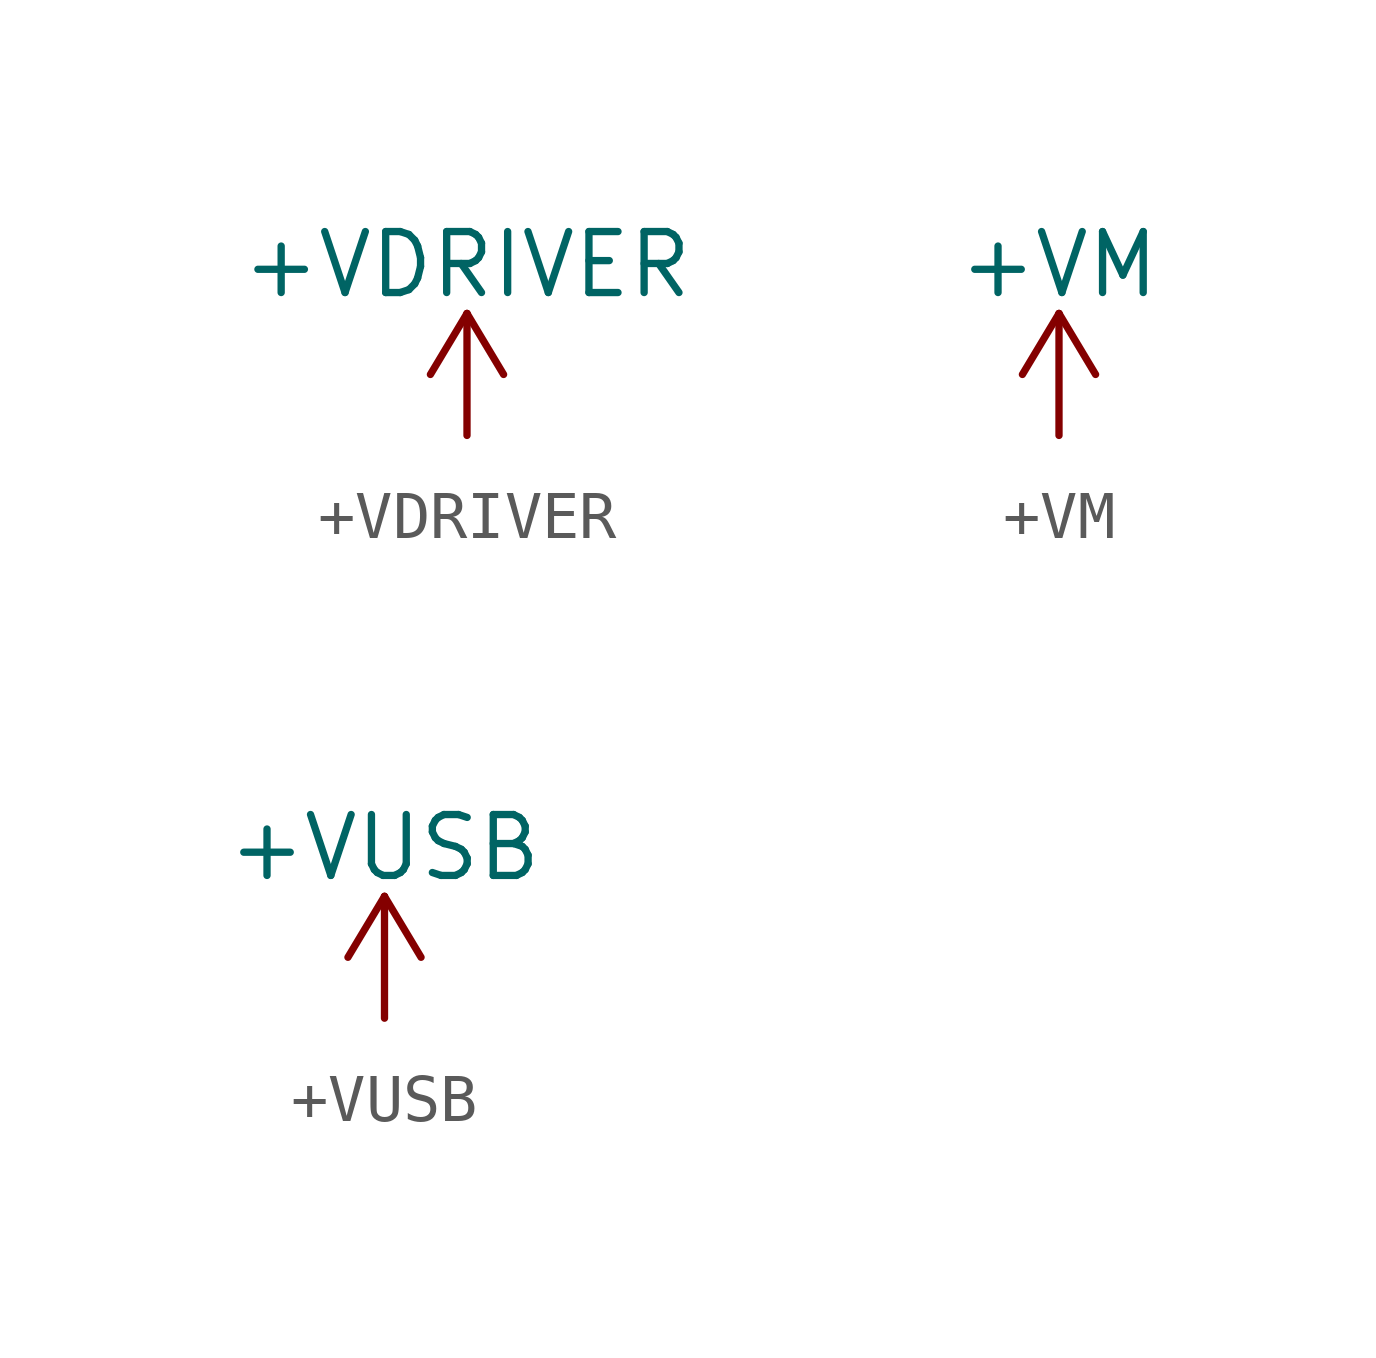
<source format=kicad_sym>
(kicad_symbol_lib
  (version 20211014)
  (generator kicad_symbol_editor)
  (symbol "+VDRIVER"
    (power)
    (pin_names
      (offset 0))
    (property "Reference" "#PWR"
      (at 0 -3.81 0)
      (effects (font (size 1.27 1.27)) hide))
    (property "Value" "+VDRIVER"
      (at 0 3.556 0)
      (effects (font (size 1.27 1.27))))
    (symbol "+VDRIVER_0_1"
      (polyline (pts (xy -0.762 1.27) (xy 0 2.54)) (stroke (width 0) (type default) (color 0 0 0 0)) (fill (type none)))
      (polyline (pts (xy 0 0) (xy 0 2.54)) (stroke (width 0) (type default) (color 0 0 0 0)) (fill (type none)))
      (polyline (pts (xy 0 2.54) (xy 0.762 1.27)) (stroke (width 0) (type default) (color 0 0 0 0)) (fill (type none))))
    (symbol "+VDRIVER_1_1"
      (pin power_in line (at 0 0 90) (length 0) hide (name "+VDRIVER" (effects (font (size 1.27 1.27)))) (number "1" (effects (font (size 1.27 1.27)))))))
  (symbol "+VM"
    (power)
    (pin_names
      (offset 0))
    (property "Reference" "#PWR"
      (at 0 -3.81 0)
      (effects (font (size 1.27 1.27)) hide))
    (property "Value" "+VM"
      (at 0 3.556 0)
      (effects (font (size 1.27 1.27))))
    (symbol "+VM_0_1"
      (polyline (pts (xy -0.762 1.27) (xy 0 2.54)) (stroke (width 0) (type default) (color 0 0 0 0)) (fill (type none)))
      (polyline (pts (xy 0 0) (xy 0 2.54)) (stroke (width 0) (type default) (color 0 0 0 0)) (fill (type none)))
      (polyline (pts (xy 0 2.54) (xy 0.762 1.27)) (stroke (width 0) (type default) (color 0 0 0 0)) (fill (type none))))
    (symbol "+VM_1_1"
      (pin power_in line (at 0 0 90) (length 0) hide (name "+VM" (effects (font (size 1.27 1.27)))) (number "1" (effects (font (size 1.27 1.27)))))))
  (symbol "+VUSB"
    (power)
    (pin_names
      (offset 0))
    (property "Reference" "#PWR"
      (at 0 -3.81 0)
      (effects (font (size 1.27 1.27)) hide))
    (property "Value" "+VUSB"
      (at 0 3.556 0)
      (effects (font (size 1.27 1.27))))
    (symbol "+VUSB_0_1"
      (polyline (pts (xy -0.762 1.27) (xy 0 2.54)) (stroke (width 0) (type default) (color 0 0 0 0)) (fill (type none)))
      (polyline (pts (xy 0 0) (xy 0 2.54)) (stroke (width 0) (type default) (color 0 0 0 0)) (fill (type none)))
      (polyline (pts (xy 0 2.54) (xy 0.762 1.27)) (stroke (width 0) (type default) (color 0 0 0 0)) (fill (type none))))
    (symbol "+VUSB_1_1"
      (pin power_in line (at 0 0 90) (length 0) hide (name "+VUSB" (effects (font (size 1.27 1.27)))) (number "1" (effects (font (size 1.27 1.27))))))))
</source>
